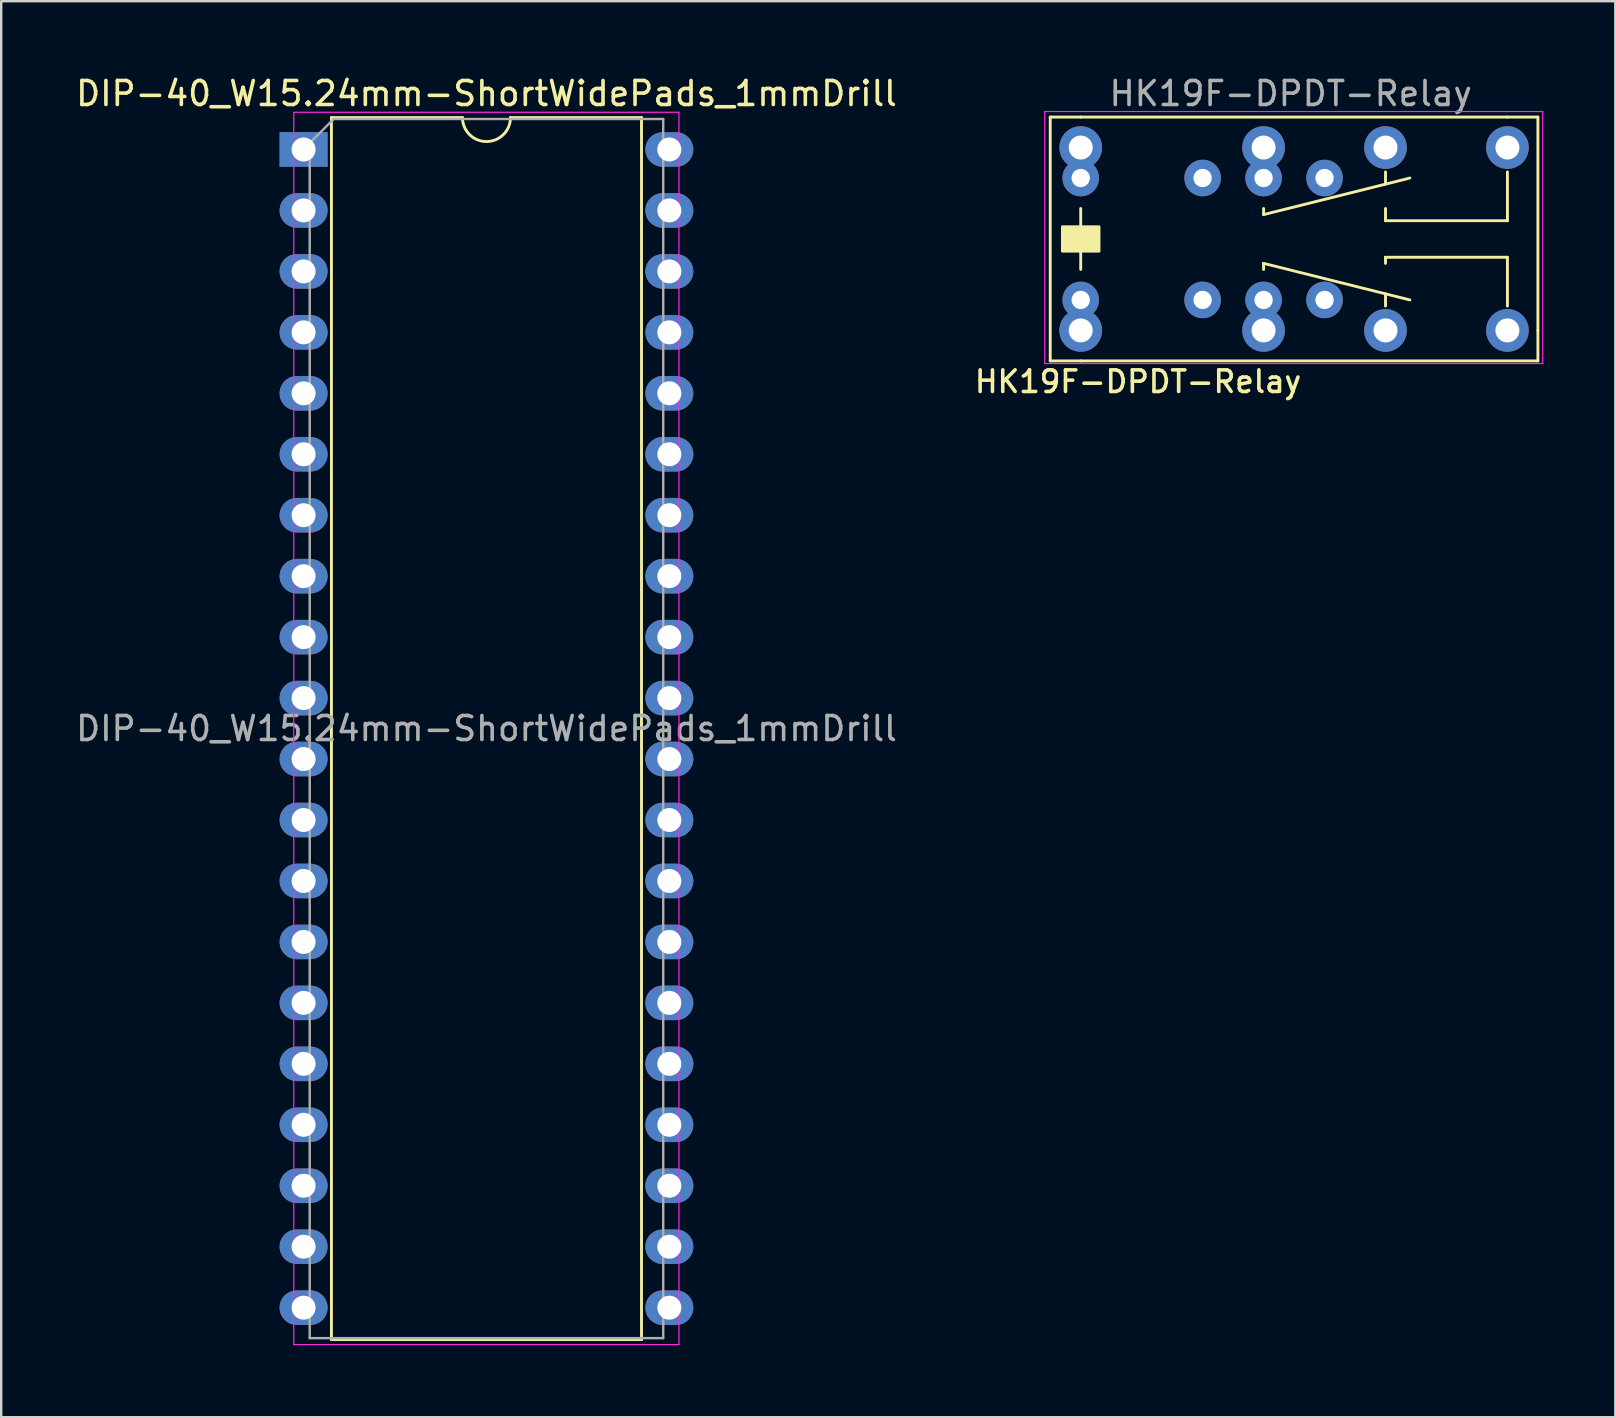
<source format=kicad_pcb>
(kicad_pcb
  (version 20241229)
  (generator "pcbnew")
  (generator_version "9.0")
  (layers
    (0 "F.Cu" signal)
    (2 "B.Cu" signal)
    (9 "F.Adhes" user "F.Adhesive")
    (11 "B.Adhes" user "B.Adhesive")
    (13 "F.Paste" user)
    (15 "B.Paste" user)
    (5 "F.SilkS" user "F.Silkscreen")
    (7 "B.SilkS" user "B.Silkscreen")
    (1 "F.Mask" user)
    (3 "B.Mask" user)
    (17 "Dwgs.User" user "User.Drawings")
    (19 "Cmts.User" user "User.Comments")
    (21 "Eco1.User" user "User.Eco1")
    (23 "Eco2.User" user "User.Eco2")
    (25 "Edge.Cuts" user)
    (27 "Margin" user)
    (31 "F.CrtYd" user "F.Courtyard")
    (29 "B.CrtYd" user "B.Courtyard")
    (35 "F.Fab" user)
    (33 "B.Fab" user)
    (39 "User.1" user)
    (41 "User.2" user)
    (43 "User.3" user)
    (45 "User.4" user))
  (footprint "HK19F-DPDT-Relay"
    (layer "F.Cu")
    (at 41.981 3.098)
    (property "Reference" "HK19F-DPDT-Relay" (at 2.388 9.754 0) (unlocked yes) (layer "F.SilkS") (effects (font (size 0.9 0.9) (thickness 0.15))))
    (attr through_hole)
    (fp_line (start -1.27 -1.27) (end 0 -1.27) (stroke (width 0.12) (type solid)) (layer "F.SilkS"))
    (fp_line (start -1.27 8.89) (end -1.27 -1.27) (stroke (width 0.12) (type solid)) (layer "F.SilkS"))
    (fp_line (start 0 -1.27) (end 17.78 -1.27) (stroke (width 0.12) (type solid)) (layer "F.SilkS"))
    (fp_line (start 0 2.54) (end 0 3.302) (stroke (width 0.12) (type solid)) (layer "F.SilkS"))
    (fp_line (start 0 5.08) (end 0 4.318) (stroke (width 0.12) (type solid)) (layer "F.SilkS"))
    (fp_line (start 0 8.89) (end -1.27 8.89) (stroke (width 0.12) (type solid)) (layer "F.SilkS"))
    (fp_line (start 7.62 2.54) (end 7.62 2.794) (stroke (width 0.12) (type solid)) (layer "F.SilkS"))
    (fp_line (start 7.62 2.794) (end 13.716 1.27) (stroke (width 0.12) (type solid)) (layer "F.SilkS"))
    (fp_line (start 7.62 4.826) (end 13.716 6.35) (stroke (width 0.12) (type solid)) (layer "F.SilkS"))
    (fp_line (start 7.62 5.08) (end 7.62 4.826) (stroke (width 0.12) (type solid)) (layer "F.SilkS"))
    (fp_line (start 12.7 1.016) (end 12.7 1.524) (stroke (width 0.12) (type solid)) (layer "F.SilkS"))
    (fp_line (start 12.7 3.048) (end 12.7 2.54) (stroke (width 0.12) (type solid)) (layer "F.SilkS"))
    (fp_line (start 12.7 4.572) (end 12.7 4.826) (stroke (width 0.12) (type solid)) (layer "F.SilkS"))
    (fp_line (start 12.7 6.604) (end 12.7 6.096) (stroke (width 0.12) (type solid)) (layer "F.SilkS"))
    (fp_line (start 17.78 -1.27) (end 19.05 -1.27) (stroke (width 0.12) (type solid)) (layer "F.SilkS"))
    (fp_line (start 17.78 1.016) (end 17.78 3.048) (stroke (width 0.12) (type solid)) (layer "F.SilkS"))
    (fp_line (start 17.78 3.048) (end 12.7 3.048) (stroke (width 0.12) (type solid)) (layer "F.SilkS"))
    (fp_line (start 17.78 4.572) (end 12.7 4.572) (stroke (width 0.12) (type solid)) (layer "F.SilkS"))
    (fp_line (start 17.78 6.604) (end 17.78 4.572) (stroke (width 0.12) (type solid)) (layer "F.SilkS"))
    (fp_line (start 19.05 -1.27) (end 19.05 7.62) (stroke (width 0.12) (type solid)) (layer "F.SilkS"))
    (fp_line (start 19.05 7.62) (end 19.05 8.89) (stroke (width 0.12) (type solid)) (layer "F.SilkS"))
    (fp_line (start 19.05 8.89) (end 0 8.89) (stroke (width 0.12) (type solid)) (layer "F.SilkS"))
    (fp_rect (start -0.762 3.302) (end 0.762 4.318) (stroke (width 0.12) (type solid)) (fill yes) (layer "F.SilkS"))
    (fp_line (start -1.5 -1.5) (end 19.25 -1.5) (stroke (width 0.05) (type solid)) (layer "F.CrtYd"))
    (fp_line (start -1.5 9) (end -1.5 -1.5) (stroke (width 0.05) (type solid)) (layer "F.CrtYd"))
    (fp_line (start 19.25 -1.5) (end 19.25 9) (stroke (width 0.05) (type solid)) (layer "F.CrtYd"))
    (fp_line (start 19.25 9) (end -1.5 9) (stroke (width 0.05) (type solid)) (layer "F.CrtYd"))
    (fp_text user "${REFERENCE}" (at 8.75 -2.25 0) (unlocked yes) (layer "F.Fab") (effects (font (size 1 1) (thickness 0.15))))
    (pad "1" thru_hole circle (at 0 0) (size 1.778 1.778) (drill 1) (layers "*.Cu" "*.Mask"))
    (pad "1" thru_hole circle (at 0 1.27) (size 1.524 1.524) (drill 0.762) (layers "*.Cu" "*.Mask"))
    (pad "4" thru_hole circle (at 7.62 0) (size 1.778 1.778) (drill 1) (layers "*.Cu" "*.Mask"))
    (pad "4" thru_hole circle (at 7.62 1.27) (size 1.524 1.524) (drill 0.762) (layers "*.Cu" "*.Mask"))
    (pad "6" thru_hole circle (at 5.08 1.27) (size 1.524 1.524) (drill 0.762) (layers "*.Cu" "*.Mask"))
    (pad "6" thru_hole circle (at 12.7 0) (size 1.778 1.778) (drill 1) (layers "*.Cu" "*.Mask"))
    (pad "8" thru_hole circle (at 10.16 1.27) (size 1.524 1.524) (drill 0.762) (layers "*.Cu" "*.Mask"))
    (pad "8" thru_hole circle (at 17.78 0) (size 1.778 1.778) (drill 1) (layers "*.Cu" "*.Mask"))
    (pad "9" thru_hole circle (at 10.16 6.35) (size 1.524 1.524) (drill 0.762) (layers "*.Cu" "*.Mask"))
    (pad "9" thru_hole circle (at 17.78 7.62) (size 1.778 1.778) (drill 1) (layers "*.Cu" "*.Mask"))
    (pad "11" thru_hole circle (at 5.08 6.35) (size 1.524 1.524) (drill 0.762) (layers "*.Cu" "*.Mask"))
    (pad "11" thru_hole circle (at 12.7 7.62) (size 1.778 1.778) (drill 1) (layers "*.Cu" "*.Mask"))
    (pad "13" thru_hole circle (at 7.62 6.35) (size 1.524 1.524) (drill 0.762) (layers "*.Cu" "*.Mask"))
    (pad "13" thru_hole circle (at 7.62 7.62) (size 1.778 1.778) (drill 1) (layers "*.Cu" "*.Mask"))
    (pad "16" thru_hole circle (at 0 6.35) (size 1.524 1.524) (drill 0.762) (layers "*.Cu" "*.Mask"))
    (pad "16" thru_hole circle (at 0 7.62) (size 1.778 1.778) (drill 1) (layers "*.Cu" "*.Mask")))
  (footprint "DIP-40_W15.24mm-ShortWidePads_1mmDrill"
    (layer "F.Cu")
    (at 9.6 3.178)
    (property "Reference" "DIP-40_W15.24mm-ShortWidePads_1mmDrill" (at 7.62 -2.33 0) (layer "F.SilkS") (effects (font (size 1 1) (thickness 0.15))))
    (attr through_hole)
    (fp_line (start 1.16 -1.33) (end 1.16 49.59) (stroke (width 0.12) (type solid)) (layer "F.SilkS"))
    (fp_line (start 1.16 49.59) (end 14.08 49.59) (stroke (width 0.12) (type solid)) (layer "F.SilkS"))
    (fp_line (start 6.62 -1.33) (end 1.16 -1.33) (stroke (width 0.12) (type solid)) (layer "F.SilkS"))
    (fp_line (start 14.08 -1.33) (end 8.62 -1.33) (stroke (width 0.12) (type solid)) (layer "F.SilkS"))
    (fp_line (start 14.08 49.59) (end 14.08 -1.33) (stroke (width 0.12) (type solid)) (layer "F.SilkS"))
    (fp_arc (start 8.62 -1.33) (mid 7.62 -0.33) (end 6.62 -1.33) (stroke (width 0.12) (type solid)) (layer "F.SilkS"))
    (fp_line (start -0.41 -1.55) (end -0.41 49.8) (stroke (width 0.05) (type solid)) (layer "F.CrtYd"))
    (fp_line (start -0.41 49.8) (end 15.64 49.8) (stroke (width 0.05) (type solid)) (layer "F.CrtYd"))
    (fp_line (start 15.64 -1.55) (end -0.41 -1.55) (stroke (width 0.05) (type solid)) (layer "F.CrtYd"))
    (fp_line (start 15.64 49.8) (end 15.64 -1.55) (stroke (width 0.05) (type solid)) (layer "F.CrtYd"))
    (fp_line (start 0.255 -0.27) (end 1.255 -1.27) (stroke (width 0.1) (type solid)) (layer "F.Fab"))
    (fp_line (start 0.255 49.53) (end 0.255 -0.27) (stroke (width 0.1) (type solid)) (layer "F.Fab"))
    (fp_line (start 1.255 -1.27) (end 14.985 -1.27) (stroke (width 0.1) (type solid)) (layer "F.Fab"))
    (fp_line (start 14.985 -1.27) (end 14.985 49.53) (stroke (width 0.1) (type solid)) (layer "F.Fab"))
    (fp_line (start 14.985 49.53) (end 0.255 49.53) (stroke (width 0.1) (type solid)) (layer "F.Fab"))
    (fp_text user "${REFERENCE}" (at 7.62 24.13 0) (layer "F.Fab") (effects (font (size 1 1) (thickness 0.15))))
    (pad "1" thru_hole rect (at 0 0) (size 2 1.44) (drill 1) (layers "*.Cu" "*.Mask"))
    (pad "2" thru_hole oval (at 0 2.54) (size 2 1.44) (drill 1) (layers "*.Cu" "*.Mask"))
    (pad "3" thru_hole oval (at 0 5.08) (size 2 1.44) (drill 1) (layers "*.Cu" "*.Mask"))
    (pad "4" thru_hole oval (at 0 7.62) (size 2 1.44) (drill 1) (layers "*.Cu" "*.Mask"))
    (pad "5" thru_hole oval (at 0 10.16) (size 2 1.44) (drill 1) (layers "*.Cu" "*.Mask"))
    (pad "6" thru_hole oval (at 0 12.7) (size 2 1.44) (drill 1) (layers "*.Cu" "*.Mask"))
    (pad "7" thru_hole oval (at 0 15.24) (size 2 1.44) (drill 1) (layers "*.Cu" "*.Mask"))
    (pad "8" thru_hole oval (at 0 17.78) (size 2 1.44) (drill 1) (layers "*.Cu" "*.Mask"))
    (pad "9" thru_hole oval (at 0 20.32) (size 2 1.44) (drill 1) (layers "*.Cu" "*.Mask"))
    (pad "10" thru_hole oval (at 0 22.86) (size 2 1.44) (drill 1) (layers "*.Cu" "*.Mask"))
    (pad "11" thru_hole oval (at 0 25.4) (size 2 1.44) (drill 1) (layers "*.Cu" "*.Mask"))
    (pad "12" thru_hole oval (at 0 27.94) (size 2 1.44) (drill 1) (layers "*.Cu" "*.Mask"))
    (pad "13" thru_hole oval (at 0 30.48) (size 2 1.44) (drill 1) (layers "*.Cu" "*.Mask"))
    (pad "14" thru_hole oval (at 0 33.02) (size 2 1.44) (drill 1) (layers "*.Cu" "*.Mask"))
    (pad "15" thru_hole oval (at 0 35.56) (size 2 1.44) (drill 1) (layers "*.Cu" "*.Mask"))
    (pad "16" thru_hole oval (at 0 38.1) (size 2 1.44) (drill 1) (layers "*.Cu" "*.Mask"))
    (pad "17" thru_hole oval (at 0 40.64) (size 2 1.44) (drill 1) (layers "*.Cu" "*.Mask"))
    (pad "18" thru_hole oval (at 0 43.18) (size 2 1.44) (drill 1) (layers "*.Cu" "*.Mask"))
    (pad "19" thru_hole oval (at 0 45.72) (size 2 1.44) (drill 1) (layers "*.Cu" "*.Mask"))
    (pad "20" thru_hole oval (at 0 48.26) (size 2 1.44) (drill 1) (layers "*.Cu" "*.Mask"))
    (pad "21" thru_hole oval (at 15.24 48.26) (size 2 1.44) (drill 1) (layers "*.Cu" "*.Mask"))
    (pad "22" thru_hole oval (at 15.24 45.72) (size 2 1.44) (drill 1) (layers "*.Cu" "*.Mask"))
    (pad "23" thru_hole oval (at 15.24 43.18) (size 2 1.44) (drill 1) (layers "*.Cu" "*.Mask"))
    (pad "24" thru_hole oval (at 15.24 40.64) (size 2 1.44) (drill 1) (layers "*.Cu" "*.Mask"))
    (pad "25" thru_hole oval (at 15.24 38.1) (size 2 1.44) (drill 1) (layers "*.Cu" "*.Mask"))
    (pad "26" thru_hole oval (at 15.24 35.56) (size 2 1.44) (drill 1) (layers "*.Cu" "*.Mask"))
    (pad "27" thru_hole oval (at 15.24 33.02) (size 2 1.44) (drill 1) (layers "*.Cu" "*.Mask"))
    (pad "28" thru_hole oval (at 15.24 30.48) (size 2 1.44) (drill 1) (layers "*.Cu" "*.Mask"))
    (pad "29" thru_hole oval (at 15.24 27.94) (size 2 1.44) (drill 1) (layers "*.Cu" "*.Mask"))
    (pad "30" thru_hole oval (at 15.24 25.4) (size 2 1.44) (drill 1) (layers "*.Cu" "*.Mask"))
    (pad "31" thru_hole oval (at 15.24 22.86) (size 2 1.44) (drill 1) (layers "*.Cu" "*.Mask"))
    (pad "32" thru_hole oval (at 15.24 20.32) (size 2 1.44) (drill 1) (layers "*.Cu" "*.Mask"))
    (pad "33" thru_hole oval (at 15.24 17.78) (size 2 1.44) (drill 1) (layers "*.Cu" "*.Mask"))
    (pad "34" thru_hole oval (at 15.24 15.24) (size 2 1.44) (drill 1) (layers "*.Cu" "*.Mask"))
    (pad "35" thru_hole oval (at 15.24 12.7) (size 2 1.44) (drill 1) (layers "*.Cu" "*.Mask"))
    (pad "36" thru_hole oval (at 15.24 10.16) (size 2 1.44) (drill 1) (layers "*.Cu" "*.Mask"))
    (pad "37" thru_hole oval (at 15.24 7.62) (size 2 1.44) (drill 1) (layers "*.Cu" "*.Mask"))
    (pad "38" thru_hole oval (at 15.24 5.08) (size 2 1.44) (drill 1) (layers "*.Cu" "*.Mask"))
    (pad "39" thru_hole oval (at 15.24 2.54) (size 2 1.44) (drill 1) (layers "*.Cu" "*.Mask"))
    (pad "40" thru_hole oval (at 15.24 0) (size 2 1.44) (drill 1) (layers "*.Cu" "*.Mask")))
  (gr_rect
    (start -3 -3)
    (end 64.256 56.003)
    (stroke (width 0.1) (type default))
    (fill no)
    (layer "Edge.Cuts")))
</source>
